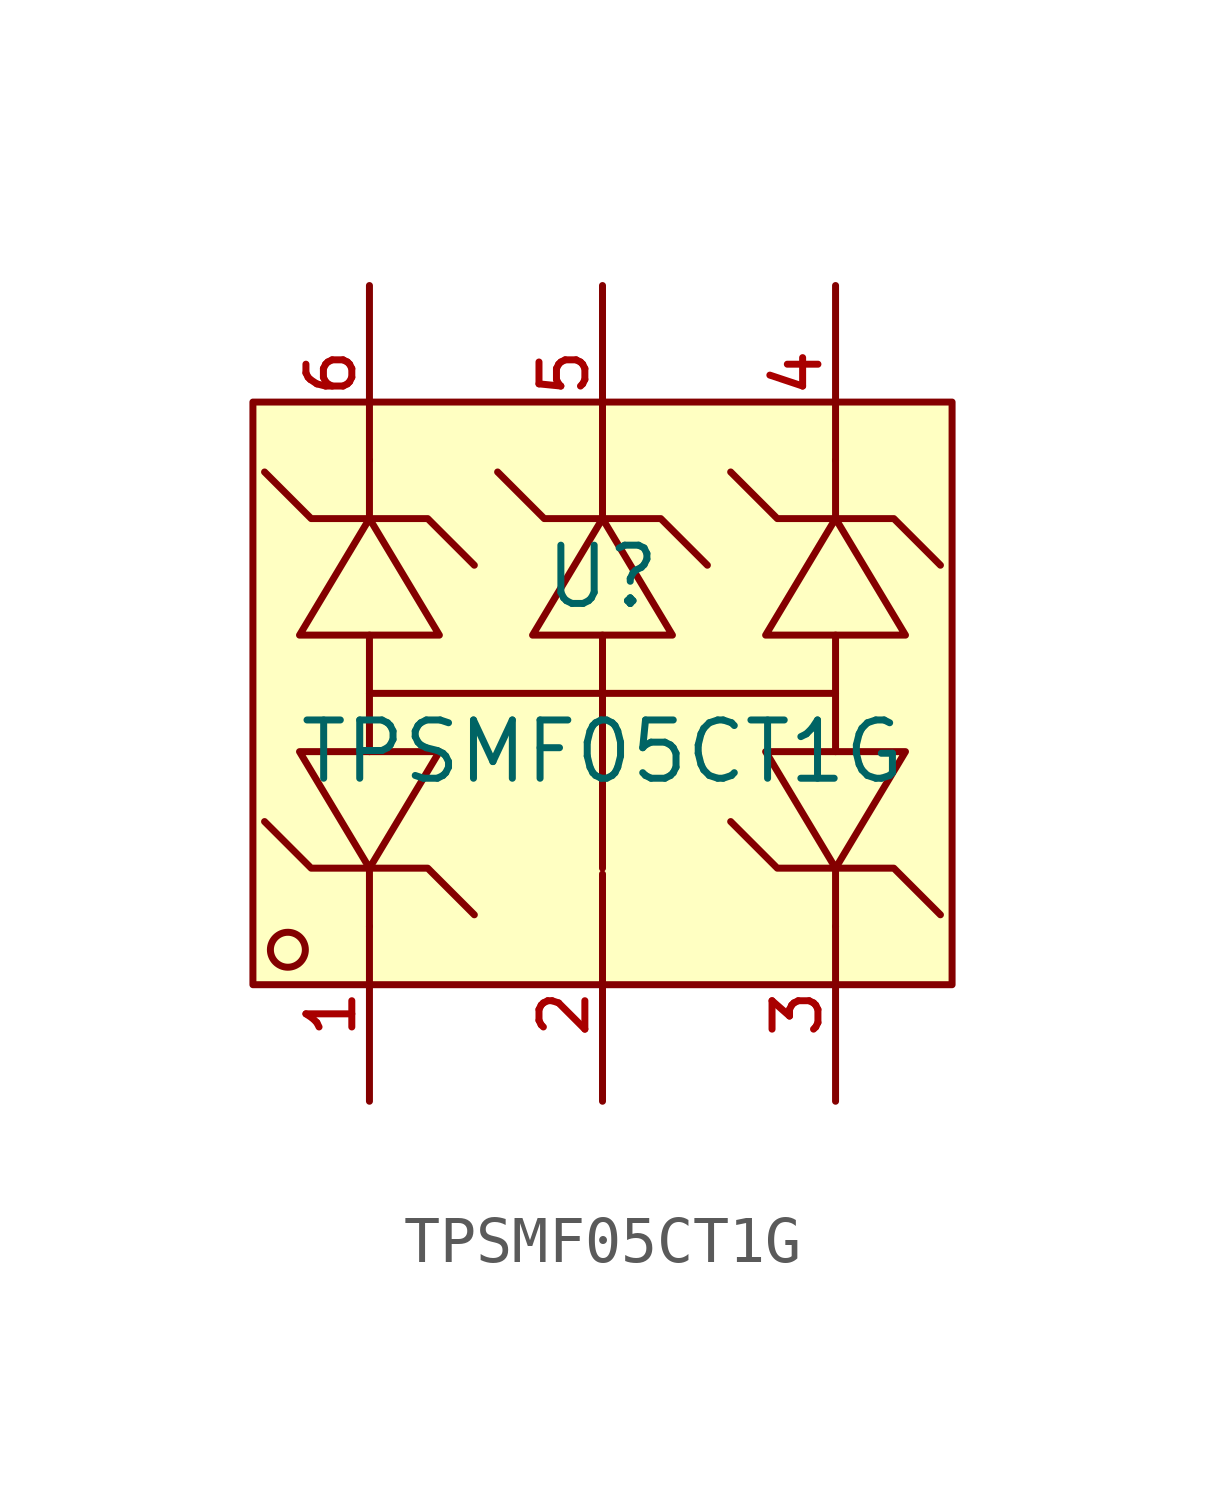
<source format=kicad_sym>
(kicad_symbol_lib
  (version 20210201)
  (generator TousstNicolas/JLC2KiCad_lib)
  (symbol "TPSMF05CT1G"
    (pin_names hide)
    (property "Reference" "U"
      (at 0 1.27 0)
      (effects (font (size 1.27 1.27))))
    (property "Value" "TPSMF05CT1G"
      (at 0 -2.54 0)
      (effects (font (size 1.27 1.27))))
    (symbol "TPSMF05CT1G_0_1"
      (polyline (pts (xy -6.604 -2.54) (xy -5.08 -5.08) (xy -3.556 -2.54) (xy -6.604 -2.54)) (stroke (width 0) (type default) (color 0 0 0 0)) (fill (type background)))
      (polyline (pts (xy -2.794 -6.096) (xy -3.81 -5.08) (xy -6.35 -5.08) (xy -7.366 -4.064)) (stroke (width 0) (type default) (color 0 0 0 0)) (fill (type none)))
      (polyline (pts (xy 0.0 -5.207) (xy 0.0 -6.477)) (stroke (width 0) (type default) (color 0 0 0 0)) (fill (type none)))
      (polyline (pts (xy -5.08 -5.08) (xy -5.08 -6.35)) (stroke (width 0) (type default) (color 0 0 0 0)) (fill (type none)))
      (pin unspecified line (at -5.08 -10.16 90) (length 3.81) (name "1" (effects (font (size 1 1)))) (number "1" (effects (font (size 1 1)))))
      (pin unspecified line (at -5.08 7.62 270) (length 3.81) (name "6" (effects (font (size 1 1)))) (number "6" (effects (font (size 1 1)))))
      (pin unspecified line (at 0.0 -10.16 90) (length 3.81) (name "2" (effects (font (size 1 1)))) (number "2" (effects (font (size 1 1)))))
      (circle (center -6.858 -6.858) (radius 0.381) (stroke (width 0) (type default) (color 0 0 0 0)) (fill (type background)))
      (rectangle (start -7.62 5.08) (end 7.62 -7.62) (stroke (width 0) (type default) (color 0 0 0 0)) (fill (type background)))
      (polyline (pts (xy 1.524 -0.0) (xy 0.0 2.54) (xy -1.524 -0.0) (xy 1.524 -0.0)) (stroke (width 0) (type default) (color 0 0 0 0)) (fill (type background)))
      (polyline (pts (xy -2.286 3.556) (xy -1.27 2.54) (xy 1.27 2.54) (xy 2.286 1.524)) (stroke (width 0) (type default) (color 0 0 0 0)) (fill (type none)))
      (polyline (pts (xy -3.556 -0.0) (xy -5.08 2.54) (xy -6.604 -0.0) (xy -3.556 -0.0)) (stroke (width 0) (type default) (color 0 0 0 0)) (fill (type background)))
      (polyline (pts (xy -7.366 3.556) (xy -6.35 2.54) (xy -3.81 2.54) (xy -2.794 1.524)) (stroke (width 0) (type default) (color 0 0 0 0)) (fill (type none)))
      (polyline (pts (xy -5.08 -0.0) (xy -5.08 -2.54)) (stroke (width 0) (type default) (color 0 0 0 0)) (fill (type none)))
      (polyline (pts (xy 0.0 -0.0) (xy 0.0 -2.54)) (stroke (width 0) (type default) (color 0 0 0 0)) (fill (type none)))
      (polyline (pts (xy 2.794 3.556) (xy 3.81 2.54) (xy 6.35 2.54) (xy 7.366 1.524)) (stroke (width 0) (type default) (color 0 0 0 0)) (fill (type none)))
      (polyline (pts (xy 6.604 -0.0) (xy 5.08 2.54) (xy 3.556 -0.0) (xy 6.604 -0.0)) (stroke (width 0) (type default) (color 0 0 0 0)) (fill (type background)))
      (polyline (pts (xy 5.08 -0.0) (xy 5.08 -2.54)) (stroke (width 0) (type default) (color 0 0 0 0)) (fill (type none)))
      (polyline (pts (xy 3.556 -2.54) (xy 5.08 -5.08) (xy 6.604 -2.54) (xy 3.556 -2.54)) (stroke (width 0) (type default) (color 0 0 0 0)) (fill (type background)))
      (polyline (pts (xy 7.366 -6.096) (xy 6.35 -5.08) (xy 3.81 -5.08) (xy 2.794 -4.064)) (stroke (width 0) (type default) (color 0 0 0 0)) (fill (type none)))
      (polyline (pts (xy 5.08 -5.08) (xy 5.08 -6.35)) (stroke (width 0) (type default) (color 0 0 0 0)) (fill (type none)))
      (pin unspecified line (at 5.08 -10.16 90) (length 3.81) (name "3" (effects (font (size 1 1)))) (number "3" (effects (font (size 1 1)))))
      (pin unspecified line (at 5.08 7.62 270) (length 3.81) (name "4" (effects (font (size 1 1)))) (number "4" (effects (font (size 1 1)))))
      (pin unspecified line (at 0.0 7.62 270) (length 3.81) (name "5" (effects (font (size 1 1)))) (number "5" (effects (font (size 1 1)))))
      (polyline (pts (xy -5.08 2.54) (xy -5.08 3.81)) (stroke (width 0) (type default) (color 0 0 0 0)) (fill (type none)))
      (polyline (pts (xy 0.0 2.54) (xy 0.0 3.81)) (stroke (width 0) (type default) (color 0 0 0 0)) (fill (type none)))
      (polyline (pts (xy 5.08 2.54) (xy 5.08 3.81)) (stroke (width 0) (type default) (color 0 0 0 0)) (fill (type none)))
      (polyline (pts (xy 0.0 -5.08) (xy 0.0 -2.54)) (stroke (width 0) (type default) (color 0 0 0 0)) (fill (type none)))
      (polyline (pts (xy -5.08 -1.27) (xy 5.08 -1.27)) (stroke (width 0) (type default) (color 0 0 0 0)) (fill (type none))))))
</source>
